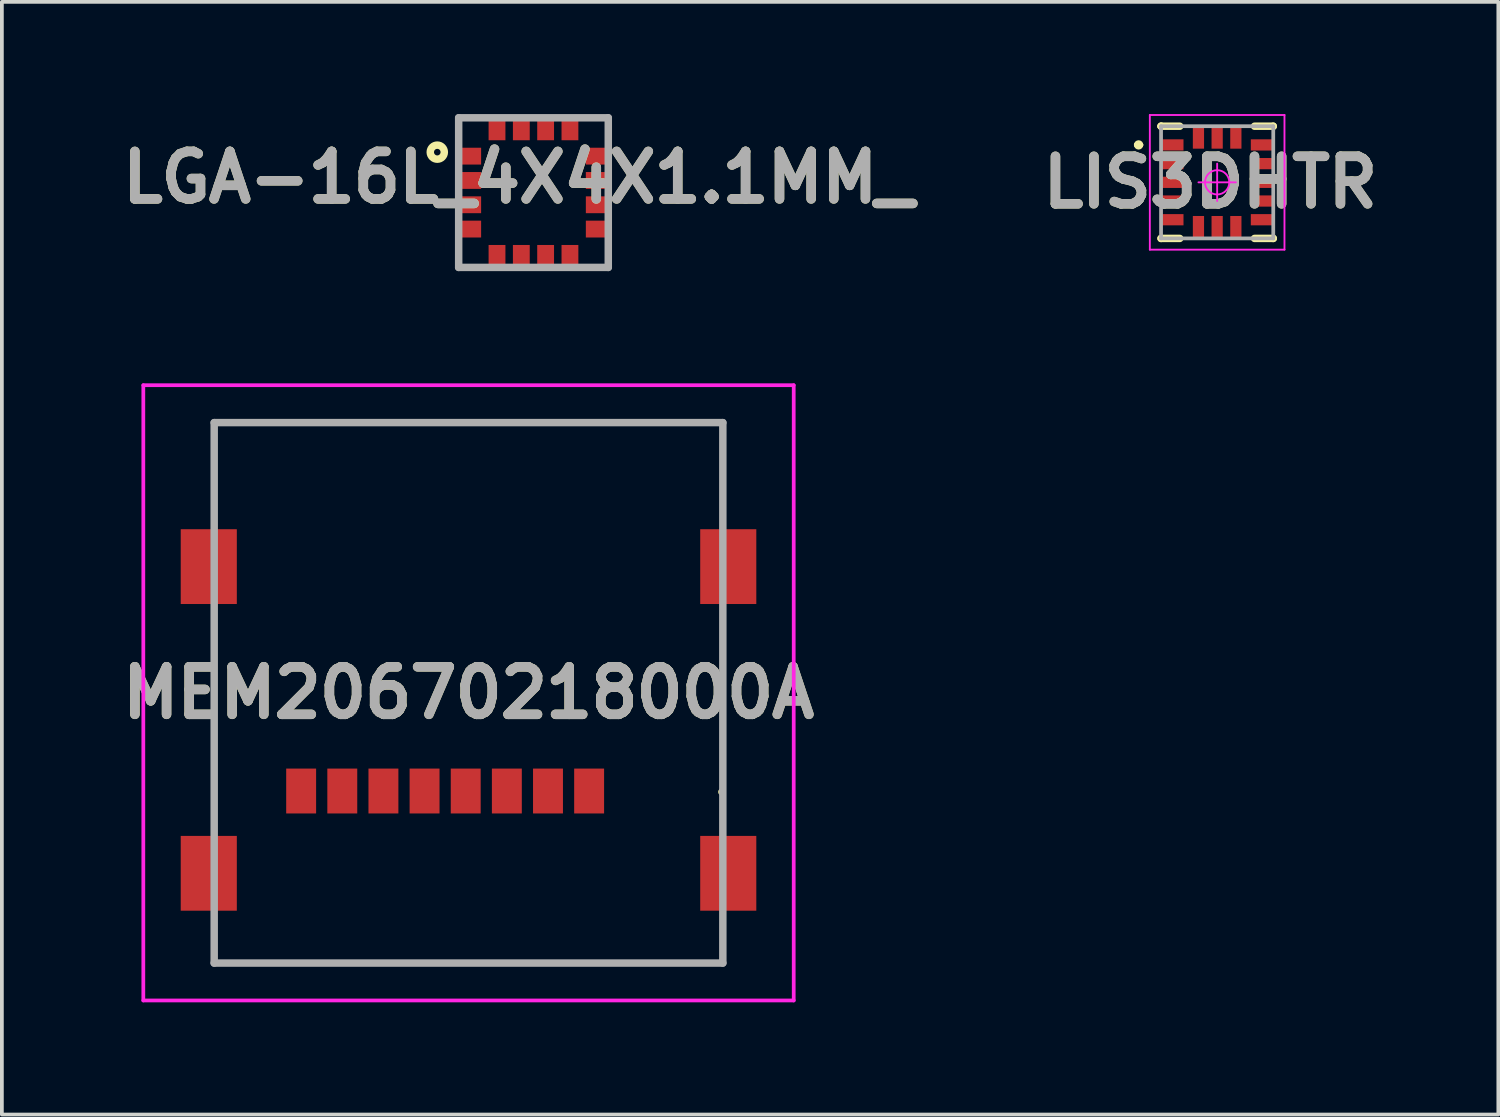
<source format=kicad_pcb>
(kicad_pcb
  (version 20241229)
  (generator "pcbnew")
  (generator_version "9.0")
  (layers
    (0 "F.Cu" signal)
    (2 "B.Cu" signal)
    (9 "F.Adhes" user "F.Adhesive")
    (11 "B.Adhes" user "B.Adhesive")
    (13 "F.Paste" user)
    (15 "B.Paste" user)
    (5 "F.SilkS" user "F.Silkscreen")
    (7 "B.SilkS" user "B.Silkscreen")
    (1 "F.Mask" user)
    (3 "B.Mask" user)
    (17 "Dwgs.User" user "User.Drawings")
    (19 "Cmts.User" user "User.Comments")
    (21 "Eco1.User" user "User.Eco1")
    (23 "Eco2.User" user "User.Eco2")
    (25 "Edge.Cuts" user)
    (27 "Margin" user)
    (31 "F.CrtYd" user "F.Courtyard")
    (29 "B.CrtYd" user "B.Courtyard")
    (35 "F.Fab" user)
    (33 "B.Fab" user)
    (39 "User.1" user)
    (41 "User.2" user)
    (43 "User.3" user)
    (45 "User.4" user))
  (footprint "MEM20670218000A"
    (layer "F.Cu")
    (at 9.477 20.3)
    (property "Reference" "MEM20670218000A" (at 0 -4.825 0) (layer "F.SilkS") (effects (font (size 1.27 1.27) (thickness 0.254))))
    (attr smd)
    (fp_line (start -6.8 -12.05) (end 6.8 -12.05) (stroke (width 0.1) (type solid)) (layer "F.SilkS"))
    (fp_line (start -6.8 -9.325) (end -6.8 -12.05) (stroke (width 0.1) (type solid)) (layer "F.SilkS"))
    (fp_line (start -6.8 -7.025) (end -6.8 -1.225) (stroke (width 0.1) (type solid)) (layer "F.SilkS"))
    (fp_line (start -6.8 1.275) (end -6.8 2.4) (stroke (width 0.1) (type solid)) (layer "F.SilkS"))
    (fp_line (start -6.8 2.4) (end 6.8 2.4) (stroke (width 0.1) (type solid)) (layer "F.SilkS"))
    (fp_line (start 6.775 -2.225) (end 6.775 -2.225) (stroke (width 0.1) (type solid)) (layer "F.SilkS"))
    (fp_line (start 6.775 -2.125) (end 6.775 -2.125) (stroke (width 0.1) (type solid)) (layer "F.SilkS"))
    (fp_line (start 6.8 -12.05) (end 6.8 -9.425) (stroke (width 0.1) (type solid)) (layer "F.SilkS"))
    (fp_line (start 6.8 -7.025) (end 6.8 -1.225) (stroke (width 0.1) (type solid)) (layer "F.SilkS"))
    (fp_line (start 6.8 2.4) (end 6.8 1.275) (stroke (width 0.1) (type solid)) (layer "F.SilkS"))
    (fp_arc (start 6.775 -2.225) (mid 6.825 -2.175) (end 6.775 -2.125) (stroke (width 0.1) (type solid)) (layer "F.SilkS"))
    (fp_arc (start 6.775 -2.125) (mid 6.725 -2.175) (end 6.775 -2.225) (stroke (width 0.1) (type solid)) (layer "F.SilkS"))
    (fp_line (start -8.695 -13.05) (end 8.695 -13.05) (stroke (width 0.1) (type solid)) (layer "F.CrtYd"))
    (fp_line (start -8.695 3.4) (end -8.695 -13.05) (stroke (width 0.1) (type solid)) (layer "F.CrtYd"))
    (fp_line (start 8.695 -13.05) (end 8.695 3.4) (stroke (width 0.1) (type solid)) (layer "F.CrtYd"))
    (fp_line (start 8.695 3.4) (end -8.695 3.4) (stroke (width 0.1) (type solid)) (layer "F.CrtYd"))
    (fp_line (start -6.8 -12.05) (end 6.8 -12.05) (stroke (width 0.2) (type solid)) (layer "F.Fab"))
    (fp_line (start -6.8 2.4) (end -6.8 -12.05) (stroke (width 0.2) (type solid)) (layer "F.Fab"))
    (fp_line (start 6.8 -12.05) (end 6.8 2.4) (stroke (width 0.2) (type solid)) (layer "F.Fab"))
    (fp_line (start 6.8 2.4) (end -6.8 2.4) (stroke (width 0.2) (type solid)) (layer "F.Fab"))
    (fp_text user "${REFERENCE}" (at 0 -4.825 0) (layer "F.Fab") (effects (font (size 1.27 1.27) (thickness 0.254))))
    (pad "1" smd rect (at 3.225 -2.2) (size 0.8 1.2) (layers "F.Cu" "F.Mask" "F.Paste"))
    (pad "2" smd rect (at 2.125 -2.2) (size 0.8 1.2) (layers "F.Cu" "F.Mask" "F.Paste"))
    (pad "3" smd rect (at 1.025 -2.2) (size 0.8 1.2) (layers "F.Cu" "F.Mask" "F.Paste"))
    (pad "4" smd rect (at -0.075 -2.2) (size 0.8 1.2) (layers "F.Cu" "F.Mask" "F.Paste"))
    (pad "5" smd rect (at -1.175 -2.2) (size 0.8 1.2) (layers "F.Cu" "F.Mask" "F.Paste"))
    (pad "6" smd rect (at -2.275 -2.2) (size 0.8 1.2) (layers "F.Cu" "F.Mask" "F.Paste"))
    (pad "7" smd rect (at -3.375 -2.2) (size 0.8 1.2) (layers "F.Cu" "F.Mask" "F.Paste"))
    (pad "8" smd rect (at -4.475 -2.2) (size 0.8 1.2) (layers "F.Cu" "F.Mask" "F.Paste"))
    (pad "9" smd rect (at -6.945 -8.2) (size 1.5 2) (layers "F.Cu" "F.Mask" "F.Paste"))
    (pad "9" smd rect (at -6.945 0) (size 1.5 2) (layers "F.Cu" "F.Mask" "F.Paste"))
    (pad "9" smd rect (at 6.945 -8.2) (size 1.5 2) (layers "F.Cu" "F.Mask" "F.Paste"))
    (pad "9" smd rect (at 6.945 0) (size 1.5 2) (layers "F.Cu" "F.Mask" "F.Paste")))
  (footprint "LIS3DHTR"
    (layer "F.Cu")
    (at 29.494 1.825)
    (property "Reference" "LIS3DHTR" (at -0.181 0 0) (layer "F.SilkS") (effects (font (size 1.27 1.27) (thickness 0.254))))
    (attr smd)
    (fp_line (start -2.163 -1) (end -2.163 -1) (stroke (width 0.125) (type solid)) (layer "F.SilkS"))
    (fp_line (start -2.038 -1) (end -2.038 -1) (stroke (width 0.125) (type solid)) (layer "F.SilkS"))
    (fp_line (start -1.5 -1.5) (end -1.5 -1.5) (stroke (width 0.2) (type solid)) (layer "F.SilkS"))
    (fp_line (start -1.5 -1.5) (end -1.5 -1.5) (stroke (width 0.2) (type solid)) (layer "F.SilkS"))
    (fp_line (start -1.5 -1.5) (end -1 -1.5) (stroke (width 0.2) (type solid)) (layer "F.SilkS"))
    (fp_line (start -1.5 1.5) (end -1.5 1.5) (stroke (width 0.2) (type solid)) (layer "F.SilkS"))
    (fp_line (start -1.5 1.5) (end -1 1.5) (stroke (width 0.2) (type solid)) (layer "F.SilkS"))
    (fp_line (start 1.5 -1.5) (end 1 -1.5) (stroke (width 0.2) (type solid)) (layer "F.SilkS"))
    (fp_line (start 1.5 -1.5) (end 1.5 -1.5) (stroke (width 0.2) (type solid)) (layer "F.SilkS"))
    (fp_line (start 1.5 1.5) (end 1 1.5) (stroke (width 0.2) (type solid)) (layer "F.SilkS"))
    (fp_line (start 1.5 1.5) (end 1.5 1.5) (stroke (width 0.2) (type solid)) (layer "F.SilkS"))
    (fp_arc (start -2.163 -1.001) (mid -2.1 -1.063) (end -2.038 -1) (stroke (width 0.125) (type solid)) (layer "F.SilkS"))
    (fp_arc (start -2.038 -1.001) (mid -2.1 -0.938) (end -2.163 -1) (stroke (width 0.125) (type solid)) (layer "F.SilkS"))
    (fp_line (start -1.8 -1.8) (end -1.8 1.8) (stroke (width 0.05) (type solid)) (layer "F.CrtYd"))
    (fp_line (start -1.8 1.8) (end 1.8 1.8) (stroke (width 0.05) (type solid)) (layer "F.CrtYd"))
    (fp_line (start -1.55 -1.55) (end -1.55 1.55) (stroke (width 0.001) (type solid)) (layer "F.CrtYd"))
    (fp_line (start -1.55 1.55) (end 1.55 1.55) (stroke (width 0.001) (type solid)) (layer "F.CrtYd"))
    (fp_line (start -0.5 0) (end 0.5 0) (stroke (width 0.05) (type solid)) (layer "F.CrtYd"))
    (fp_line (start -0.325 0) (end -0.325 0) (stroke (width 0.05) (type solid)) (layer "F.CrtYd"))
    (fp_line (start 0 0.5) (end 0 -0.5) (stroke (width 0.05) (type solid)) (layer "F.CrtYd"))
    (fp_line (start 0.325 0) (end 0.325 0) (stroke (width 0.05) (type solid)) (layer "F.CrtYd"))
    (fp_line (start 1.55 -1.55) (end -1.55 -1.55) (stroke (width 0.001) (type solid)) (layer "F.CrtYd"))
    (fp_line (start 1.55 1.55) (end 1.55 -1.55) (stroke (width 0.001) (type solid)) (layer "F.CrtYd"))
    (fp_line (start 1.8 -1.8) (end -1.8 -1.8) (stroke (width 0.05) (type solid)) (layer "F.CrtYd"))
    (fp_line (start 1.8 1.8) (end 1.8 -1.8) (stroke (width 0.05) (type solid)) (layer "F.CrtYd"))
    (fp_arc (start -0.325 0) (mid 0 -0.325) (end 0.325 0) (stroke (width 0.05) (type solid)) (layer "F.CrtYd"))
    (fp_arc (start 0.325 0) (mid 0 0.325) (end -0.325 0) (stroke (width 0.05) (type solid)) (layer "F.CrtYd"))
    (fp_line (start -1.5 -1.5) (end -1.5 1.5) (stroke (width 0.1) (type solid)) (layer "F.Fab"))
    (fp_line (start -1.5 1.5) (end 1.5 1.5) (stroke (width 0.1) (type solid)) (layer "F.Fab"))
    (fp_line (start 1.5 -1.5) (end -1.5 -1.5) (stroke (width 0.1) (type solid)) (layer "F.Fab"))
    (fp_line (start 1.5 1.5) (end 1.5 -1.5) (stroke (width 0.1) (type solid)) (layer "F.Fab"))
    (fp_text user "${REFERENCE}" (at -0.181 0 0) (layer "F.Fab") (effects (font (size 1.27 1.27) (thickness 0.254))))
    (pad "1" smd rect (at -1.2 -1 90) (size 0.3 0.6) (layers "F.Cu" "F.Mask" "F.Paste"))
    (pad "2" smd rect (at -1.2 -0.5 90) (size 0.3 0.6) (layers "F.Cu" "F.Mask" "F.Paste"))
    (pad "3" smd rect (at -1.2 0 90) (size 0.3 0.6) (layers "F.Cu" "F.Mask" "F.Paste"))
    (pad "4" smd rect (at -1.2 0.5 90) (size 0.3 0.6) (layers "F.Cu" "F.Mask" "F.Paste"))
    (pad "5" smd rect (at -1.2 1 90) (size 0.3 0.6) (layers "F.Cu" "F.Mask" "F.Paste"))
    (pad "6" smd rect (at -0.5 1.2) (size 0.3 0.6) (layers "F.Cu" "F.Mask" "F.Paste"))
    (pad "7" smd rect (at 0 1.2) (size 0.3 0.6) (layers "F.Cu" "F.Mask" "F.Paste"))
    (pad "8" smd rect (at 0.5 1.2) (size 0.3 0.6) (layers "F.Cu" "F.Mask" "F.Paste"))
    (pad "9" smd rect (at 1.2 1 90) (size 0.3 0.6) (layers "F.Cu" "F.Mask" "F.Paste"))
    (pad "10" smd rect (at 1.2 0.5 90) (size 0.3 0.6) (layers "F.Cu" "F.Mask" "F.Paste"))
    (pad "11" smd rect (at 1.2 0 90) (size 0.3 0.6) (layers "F.Cu" "F.Mask" "F.Paste"))
    (pad "12" smd rect (at 1.2 -0.5 90) (size 0.3 0.6) (layers "F.Cu" "F.Mask" "F.Paste"))
    (pad "13" smd rect (at 1.2 -1 90) (size 0.3 0.6) (layers "F.Cu" "F.Mask" "F.Paste"))
    (pad "14" smd rect (at 0.5 -1.2) (size 0.3 0.6) (layers "F.Cu" "F.Mask" "F.Paste"))
    (pad "15" smd rect (at 0 -1.2) (size 0.3 0.6) (layers "F.Cu" "F.Mask" "F.Paste"))
    (pad "16" smd rect (at -0.5 -1.2) (size 0.3 0.6) (layers "F.Cu" "F.Mask" "F.Paste")))
  (footprint "LGA-16L_4X4X1.1MM_"
    (layer "F.Cu")
    (at 11.214 2.1)
    (property "Reference" "LGA-16L_4X4X1.1MM_" (at -0.407 -0.406 0) (layer "F.SilkS") (effects (font (size 1.27 1.27) (thickness 0.254))))
    (attr smd)
    (fp_circle (center -2.572 -1.082) (end -2.572 -0.994) (stroke (width 0.2) (type solid)) (fill no) (layer "F.SilkS"))
    (fp_line (start -2 -2) (end 2 -2) (stroke (width 0.2) (type solid)) (layer "F.Fab"))
    (fp_line (start -2 2) (end -2 -2) (stroke (width 0.2) (type solid)) (layer "F.Fab"))
    (fp_line (start 2 -2) (end 2 2) (stroke (width 0.2) (type solid)) (layer "F.Fab"))
    (fp_line (start 2 2) (end -2 2) (stroke (width 0.2) (type solid)) (layer "F.Fab"))
    (fp_text user "${REFERENCE}" (at -0.407 -0.406 0) (layer "F.Fab") (effects (font (size 1.27 1.27) (thickness 0.254))))
    (pad "1" smd rect (at -1.7 -0.975 90) (size 0.45 0.6) (layers "F.Cu" "F.Mask" "F.Paste"))
    (pad "2" smd rect (at -1.7 -0.325 90) (size 0.45 0.6) (layers "F.Cu" "F.Mask" "F.Paste"))
    (pad "3" smd rect (at -1.7 0.325 90) (size 0.45 0.6) (layers "F.Cu" "F.Mask" "F.Paste"))
    (pad "4" smd rect (at -1.7 0.975 90) (size 0.45 0.6) (layers "F.Cu" "F.Mask" "F.Paste"))
    (pad "5" smd rect (at -0.975 1.7) (size 0.45 0.6) (layers "F.Cu" "F.Mask" "F.Paste"))
    (pad "6" smd rect (at -0.325 1.7) (size 0.45 0.6) (layers "F.Cu" "F.Mask" "F.Paste"))
    (pad "7" smd rect (at 0.325 1.7) (size 0.45 0.6) (layers "F.Cu" "F.Mask" "F.Paste"))
    (pad "8" smd rect (at 0.975 1.7) (size 0.45 0.6) (layers "F.Cu" "F.Mask" "F.Paste"))
    (pad "9" smd rect (at 1.7 0.975 90) (size 0.45 0.6) (layers "F.Cu" "F.Mask" "F.Paste"))
    (pad "10" smd rect (at 1.7 0.325 90) (size 0.45 0.6) (layers "F.Cu" "F.Mask" "F.Paste"))
    (pad "11" smd rect (at 1.7 -0.325 90) (size 0.45 0.6) (layers "F.Cu" "F.Mask" "F.Paste"))
    (pad "12" smd rect (at 1.7 -0.975 90) (size 0.45 0.6) (layers "F.Cu" "F.Mask" "F.Paste"))
    (pad "13" smd rect (at 0.975 -1.7) (size 0.45 0.6) (layers "F.Cu" "F.Mask" "F.Paste"))
    (pad "14" smd rect (at 0.325 -1.7) (size 0.45 0.6) (layers "F.Cu" "F.Mask" "F.Paste"))
    (pad "15" smd rect (at -0.325 -1.7) (size 0.45 0.6) (layers "F.Cu" "F.Mask" "F.Paste"))
    (pad "16" smd rect (at -0.975 -1.7) (size 0.45 0.6) (layers "F.Cu" "F.Mask" "F.Paste")))
  (gr_rect
    (start -3 -3)
    (end 37.012 26.75)
    (stroke (width 0.1) (type default))
    (fill no)
    (layer "Edge.Cuts")))
</source>
